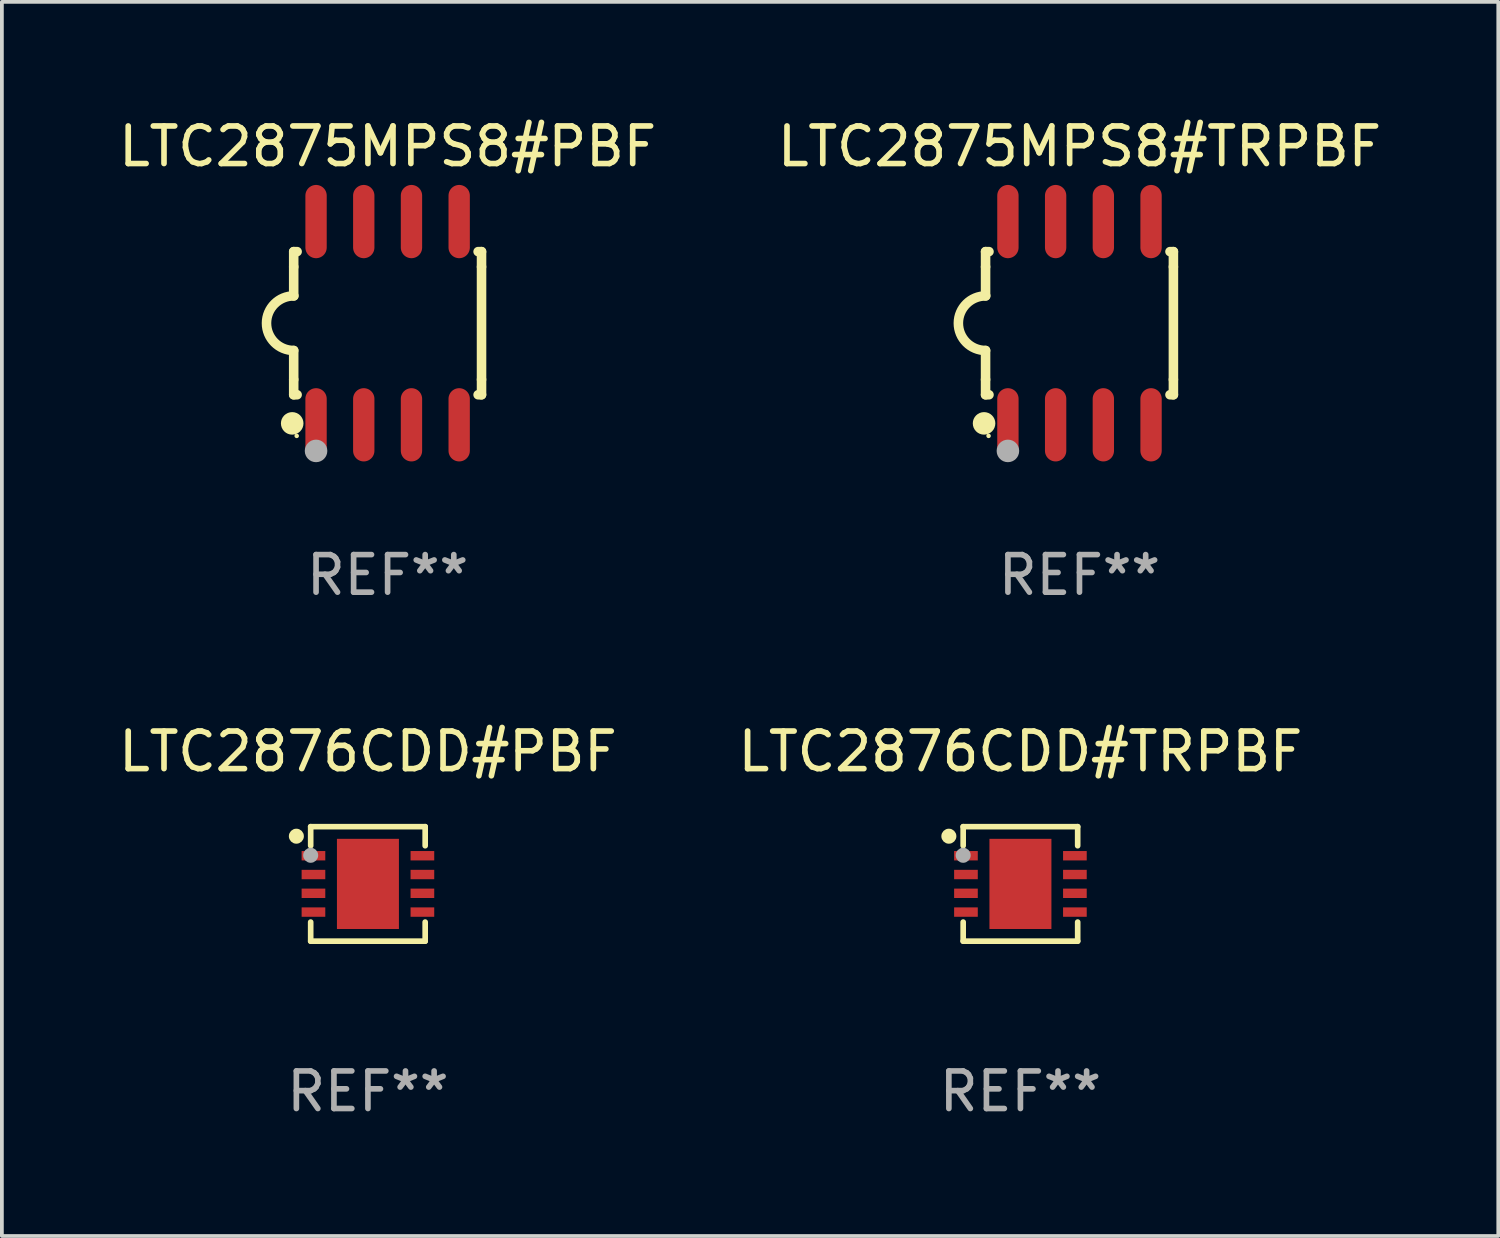
<source format=kicad_pcb>
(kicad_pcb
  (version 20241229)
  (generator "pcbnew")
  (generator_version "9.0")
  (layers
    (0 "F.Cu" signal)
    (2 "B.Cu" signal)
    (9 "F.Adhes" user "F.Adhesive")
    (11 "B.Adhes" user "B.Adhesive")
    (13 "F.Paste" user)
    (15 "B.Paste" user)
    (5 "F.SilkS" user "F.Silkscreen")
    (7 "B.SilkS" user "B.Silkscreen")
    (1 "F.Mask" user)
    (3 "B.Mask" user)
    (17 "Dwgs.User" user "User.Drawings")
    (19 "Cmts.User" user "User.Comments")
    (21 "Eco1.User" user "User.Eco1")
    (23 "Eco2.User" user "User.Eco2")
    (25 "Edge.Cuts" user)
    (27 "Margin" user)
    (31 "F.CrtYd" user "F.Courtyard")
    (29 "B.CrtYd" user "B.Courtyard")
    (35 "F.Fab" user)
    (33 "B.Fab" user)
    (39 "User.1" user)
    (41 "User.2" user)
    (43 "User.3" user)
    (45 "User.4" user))
  (footprint "LTC2875MPS8#TRPBF"
    (layer "F.Cu")
    (at 25.685 5.553)
    (property "Reference" "LTC2875MPS8#TRPBF" (at 0 -4.705 0) (layer "F.SilkS") (effects (font (size 1 1) (thickness 0.15))))
    (attr through_hole)
    (fp_line (start -2.5 -1.905) (end -2.409 -1.905) (stroke (width 0.254) (type solid)) (layer "F.SilkS"))
    (fp_line (start -2.5 -1.5) (end -2.5 -1.905) (stroke (width 0.254) (type solid)) (layer "F.SilkS"))
    (fp_line (start -2.5 -1.5) (end -2.5 -0.726) (stroke (width 0.254) (type solid)) (layer "F.SilkS"))
    (fp_line (start -2.5 1.5) (end -2.5 0.727) (stroke (width 0.254) (type solid)) (layer "F.SilkS"))
    (fp_line (start -2.5 1.5) (end -2.5 1.905) (stroke (width 0.254) (type solid)) (layer "F.SilkS"))
    (fp_line (start -2.5 1.905) (end -2.409 1.905) (stroke (width 0.254) (type solid)) (layer "F.SilkS"))
    (fp_line (start 2.5 -1.905) (end 2.409 -1.905) (stroke (width 0.254) (type solid)) (layer "F.SilkS"))
    (fp_line (start 2.5 -1.5) (end 2.5 -1.905) (stroke (width 0.254) (type solid)) (layer "F.SilkS"))
    (fp_line (start 2.5 -1.5) (end 2.5 1.5) (stroke (width 0.254) (type solid)) (layer "F.SilkS"))
    (fp_line (start 2.5 1.5) (end 2.5 1.905) (stroke (width 0.254) (type solid)) (layer "F.SilkS"))
    (fp_line (start 2.5 1.905) (end 2.409 1.905) (stroke (width 0.254) (type solid)) (layer "F.SilkS"))
    (fp_arc (start -2.5 0.726568) (mid -3.220316 -0.0023) (end -2.495097 -0.726289) (stroke (width 0.254001) (type solid)) (layer "F.SilkS"))
    (fp_circle (center -2.54 2.667) (end -2.39 2.667) (stroke (width 0.3) (type solid)) (fill no) (layer "F.SilkS"))
    (fp_circle (center -2.42 3) (end -2.39 3) (stroke (width 0.06) (type solid)) (fill no) (layer "F.SilkS"))
    (fp_circle (center -1.905 3.4) (end -1.755 3.4) (stroke (width 0.3) (type solid)) (fill no) (layer "F.Fab"))
    (fp_text user "REF**" (at 0 6.705 0) (layer "F.Fab") (effects (font (size 1 1) (thickness 0.15))))
    (pad "1" smd oval (at -1.905 2.705) (size 0.568 1.95) (layers "F.Cu" "F.Mask" "F.Paste"))
    (pad "2" smd oval (at -0.635 2.705) (size 0.568 1.95) (layers "F.Cu" "F.Mask" "F.Paste"))
    (pad "3" smd oval (at 0.635 2.705) (size 0.568 1.95) (layers "F.Cu" "F.Mask" "F.Paste"))
    (pad "4" smd oval (at 1.905 2.705) (size 0.568 1.95) (layers "F.Cu" "F.Mask" "F.Paste"))
    (pad "5" smd oval (at 1.905 -2.705) (size 0.568 1.95) (layers "F.Cu" "F.Mask" "F.Paste"))
    (pad "6" smd oval (at 0.635 -2.705) (size 0.568 1.95) (layers "F.Cu" "F.Mask" "F.Paste"))
    (pad "7" smd oval (at -0.635 -2.705) (size 0.568 1.95) (layers "F.Cu" "F.Mask" "F.Paste"))
    (pad "8" smd oval (at -1.905 -2.705) (size 0.568 1.95) (layers "F.Cu" "F.Mask" "F.Paste")))
  (footprint "LTC2876CDD#PBF"
    (layer "F.Cu")
    (at 6.744 20.479)
    (property "Reference" "LTC2876CDD#PBF" (at 0 -3.524 0) (layer "F.SilkS") (effects (font (size 1 1) (thickness 0.15))))
    (attr through_hole)
    (fp_line (start -1.524 -1.524) (end 1.524 -1.524) (stroke (width 0.15) (type solid)) (layer "F.SilkS"))
    (fp_line (start -1.524 -1.016) (end -1.524 -1.524) (stroke (width 0.15) (type solid)) (layer "F.SilkS"))
    (fp_line (start -1.524 1.016) (end -1.524 1.524) (stroke (width 0.15) (type solid)) (layer "F.SilkS"))
    (fp_line (start -1.524 1.524) (end 1.524 1.524) (stroke (width 0.15) (type solid)) (layer "F.SilkS"))
    (fp_line (start 1.524 -1.524) (end 1.524 -1.016) (stroke (width 0.15) (type solid)) (layer "F.SilkS"))
    (fp_line (start 1.524 1.524) (end 1.524 1.016) (stroke (width 0.15) (type solid)) (layer "F.SilkS"))
    (fp_circle (center -1.905 -1.27) (end -1.805 -1.27) (stroke (width 0.2) (type solid)) (fill no) (layer "F.SilkS"))
    (fp_circle (center -1.5 -1.5) (end -1.47 -1.5) (stroke (width 0.06) (type solid)) (fill no) (layer "F.SilkS"))
    (fp_circle (center -1.524 -0.762) (end -1.424 -0.762) (stroke (width 0.2) (type solid)) (fill no) (layer "F.Fab"))
    (fp_text user "REF**" (at 0 5.524 0) (layer "F.Fab") (effects (font (size 1 1) (thickness 0.15))))
    (pad "1" smd rect (at -1.45 -0.75) (size 0.63 0.25) (layers "F.Cu" "F.Mask" "F.Paste"))
    (pad "2" smd rect (at -1.45 -0.25) (size 0.63 0.25) (layers "F.Cu" "F.Mask" "F.Paste"))
    (pad "3" smd rect (at -1.45 0.25) (size 0.63 0.25) (layers "F.Cu" "F.Mask" "F.Paste"))
    (pad "4" smd rect (at -1.45 0.75) (size 0.63 0.25) (layers "F.Cu" "F.Mask" "F.Paste"))
    (pad "5" smd rect (at 1.45 0.75) (size 0.63 0.25) (layers "F.Cu" "F.Mask" "F.Paste"))
    (pad "6" smd rect (at 1.45 0.25) (size 0.63 0.25) (layers "F.Cu" "F.Mask" "F.Paste"))
    (pad "7" smd rect (at 1.45 -0.25) (size 0.63 0.25) (layers "F.Cu" "F.Mask" "F.Paste"))
    (pad "8" smd rect (at 1.45 -0.75) (size 0.63 0.25) (layers "F.Cu" "F.Mask" "F.Paste"))
    (pad "9" smd rect (at -0.000025 0.000127) (size 1.65 2.4) (layers "F.Cu" "F.Mask" "F.Paste")))
  (footprint "LTC2875MPS8#PBF"
    (layer "F.Cu")
    (at 7.268 5.553)
    (property "Reference" "LTC2875MPS8#PBF" (at 0 -4.705 0) (layer "F.SilkS") (effects (font (size 1 1) (thickness 0.15))))
    (attr through_hole)
    (fp_line (start -2.5 -1.905) (end -2.409 -1.905) (stroke (width 0.254) (type solid)) (layer "F.SilkS"))
    (fp_line (start -2.5 -1.5) (end -2.5 -1.905) (stroke (width 0.254) (type solid)) (layer "F.SilkS"))
    (fp_line (start -2.5 -1.5) (end -2.5 -0.726) (stroke (width 0.254) (type solid)) (layer "F.SilkS"))
    (fp_line (start -2.5 1.5) (end -2.5 0.727) (stroke (width 0.254) (type solid)) (layer "F.SilkS"))
    (fp_line (start -2.5 1.5) (end -2.5 1.905) (stroke (width 0.254) (type solid)) (layer "F.SilkS"))
    (fp_line (start -2.5 1.905) (end -2.409 1.905) (stroke (width 0.254) (type solid)) (layer "F.SilkS"))
    (fp_line (start 2.5 -1.905) (end 2.409 -1.905) (stroke (width 0.254) (type solid)) (layer "F.SilkS"))
    (fp_line (start 2.5 -1.5) (end 2.5 -1.905) (stroke (width 0.254) (type solid)) (layer "F.SilkS"))
    (fp_line (start 2.5 -1.5) (end 2.5 1.5) (stroke (width 0.254) (type solid)) (layer "F.SilkS"))
    (fp_line (start 2.5 1.5) (end 2.5 1.905) (stroke (width 0.254) (type solid)) (layer "F.SilkS"))
    (fp_line (start 2.5 1.905) (end 2.409 1.905) (stroke (width 0.254) (type solid)) (layer "F.SilkS"))
    (fp_arc (start -2.5 0.726568) (mid -3.220316 -0.0023) (end -2.495097 -0.726289) (stroke (width 0.254001) (type solid)) (layer "F.SilkS"))
    (fp_circle (center -2.54 2.667) (end -2.39 2.667) (stroke (width 0.3) (type solid)) (fill no) (layer "F.SilkS"))
    (fp_circle (center -2.42 3) (end -2.39 3) (stroke (width 0.06) (type solid)) (fill no) (layer "F.SilkS"))
    (fp_circle (center -1.905 3.4) (end -1.755 3.4) (stroke (width 0.3) (type solid)) (fill no) (layer "F.Fab"))
    (fp_text user "REF**" (at 0 6.705 0) (layer "F.Fab") (effects (font (size 1 1) (thickness 0.15))))
    (pad "1" smd oval (at -1.905 2.705) (size 0.568 1.95) (layers "F.Cu" "F.Mask" "F.Paste"))
    (pad "2" smd oval (at -0.635 2.705) (size 0.568 1.95) (layers "F.Cu" "F.Mask" "F.Paste"))
    (pad "3" smd oval (at 0.635 2.705) (size 0.568 1.95) (layers "F.Cu" "F.Mask" "F.Paste"))
    (pad "4" smd oval (at 1.905 2.705) (size 0.568 1.95) (layers "F.Cu" "F.Mask" "F.Paste"))
    (pad "5" smd oval (at 1.905 -2.705) (size 0.568 1.95) (layers "F.Cu" "F.Mask" "F.Paste"))
    (pad "6" smd oval (at 0.635 -2.705) (size 0.568 1.95) (layers "F.Cu" "F.Mask" "F.Paste"))
    (pad "7" smd oval (at -0.635 -2.705) (size 0.568 1.95) (layers "F.Cu" "F.Mask" "F.Paste"))
    (pad "8" smd oval (at -1.905 -2.705) (size 0.568 1.95) (layers "F.Cu" "F.Mask" "F.Paste")))
  (footprint "LTC2876CDD#TRPBF"
    (layer "F.Cu")
    (at 24.113 20.479)
    (property "Reference" "LTC2876CDD#TRPBF" (at 0 -3.524 0) (layer "F.SilkS") (effects (font (size 1 1) (thickness 0.15))))
    (attr through_hole)
    (fp_line (start -1.524 -1.524) (end 1.524 -1.524) (stroke (width 0.15) (type solid)) (layer "F.SilkS"))
    (fp_line (start -1.524 -1.016) (end -1.524 -1.524) (stroke (width 0.15) (type solid)) (layer "F.SilkS"))
    (fp_line (start -1.524 1.016) (end -1.524 1.524) (stroke (width 0.15) (type solid)) (layer "F.SilkS"))
    (fp_line (start -1.524 1.524) (end 1.524 1.524) (stroke (width 0.15) (type solid)) (layer "F.SilkS"))
    (fp_line (start 1.524 -1.524) (end 1.524 -1.016) (stroke (width 0.15) (type solid)) (layer "F.SilkS"))
    (fp_line (start 1.524 1.524) (end 1.524 1.016) (stroke (width 0.15) (type solid)) (layer "F.SilkS"))
    (fp_circle (center -1.905 -1.27) (end -1.805 -1.27) (stroke (width 0.2) (type solid)) (fill no) (layer "F.SilkS"))
    (fp_circle (center -1.5 -1.5) (end -1.47 -1.5) (stroke (width 0.06) (type solid)) (fill no) (layer "F.SilkS"))
    (fp_circle (center -1.524 -0.762) (end -1.424 -0.762) (stroke (width 0.2) (type solid)) (fill no) (layer "F.Fab"))
    (fp_text user "REF**" (at 0 5.524 0) (layer "F.Fab") (effects (font (size 1 1) (thickness 0.15))))
    (pad "1" smd rect (at -1.45 -0.75) (size 0.63 0.25) (layers "F.Cu" "F.Mask" "F.Paste"))
    (pad "2" smd rect (at -1.45 -0.25) (size 0.63 0.25) (layers "F.Cu" "F.Mask" "F.Paste"))
    (pad "3" smd rect (at -1.45 0.25) (size 0.63 0.25) (layers "F.Cu" "F.Mask" "F.Paste"))
    (pad "4" smd rect (at -1.45 0.75) (size 0.63 0.25) (layers "F.Cu" "F.Mask" "F.Paste"))
    (pad "5" smd rect (at 1.45 0.75) (size 0.63 0.25) (layers "F.Cu" "F.Mask" "F.Paste"))
    (pad "6" smd rect (at 1.45 0.25) (size 0.63 0.25) (layers "F.Cu" "F.Mask" "F.Paste"))
    (pad "7" smd rect (at 1.45 -0.25) (size 0.63 0.25) (layers "F.Cu" "F.Mask" "F.Paste"))
    (pad "8" smd rect (at 1.45 -0.75) (size 0.63 0.25) (layers "F.Cu" "F.Mask" "F.Paste"))
    (pad "9" smd rect (at -0.000025 0.000127) (size 1.65 2.4) (layers "F.Cu" "F.Mask" "F.Paste")))
  (gr_rect
    (start -3 -3)
    (end 36.833 29.851)
    (stroke (width 0.1) (type default))
    (fill no)
    (layer "Edge.Cuts")))
</source>
